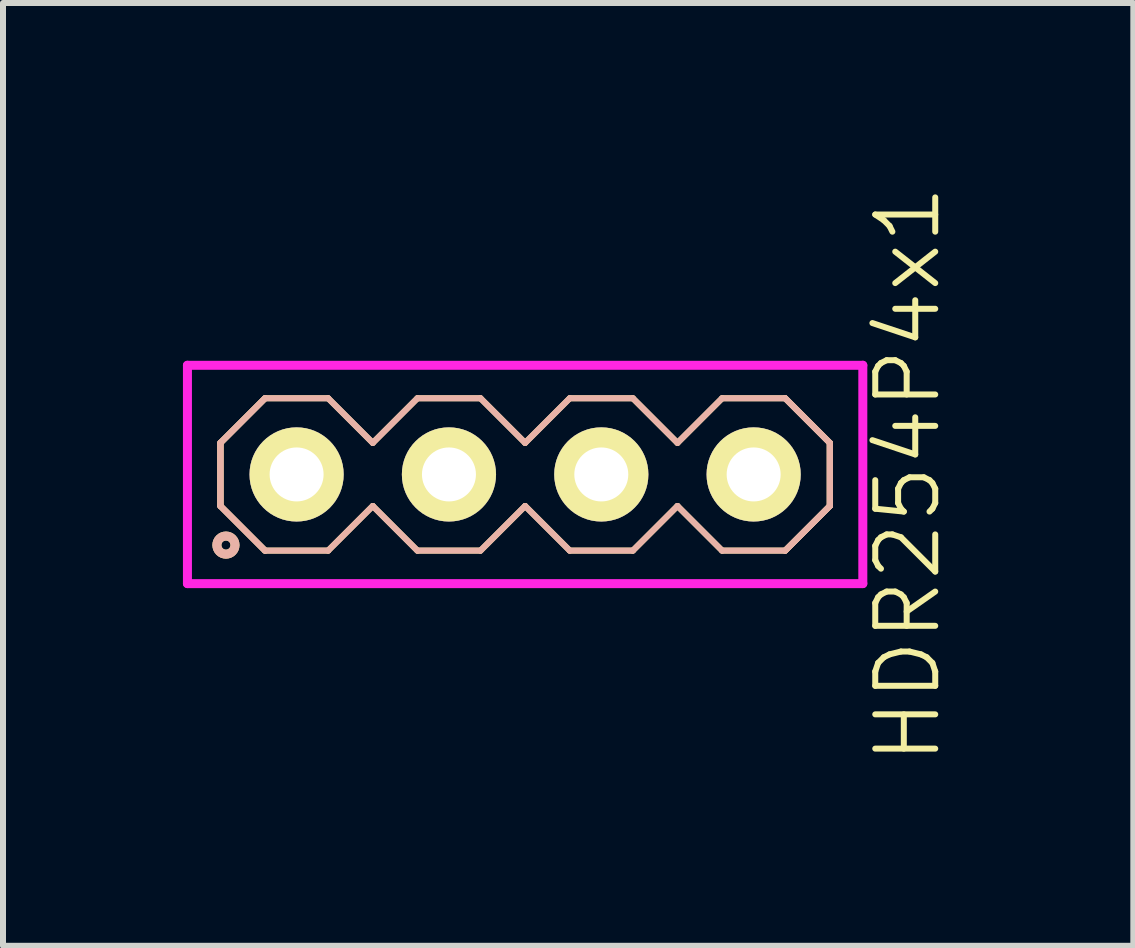
<source format=kicad_pcb>
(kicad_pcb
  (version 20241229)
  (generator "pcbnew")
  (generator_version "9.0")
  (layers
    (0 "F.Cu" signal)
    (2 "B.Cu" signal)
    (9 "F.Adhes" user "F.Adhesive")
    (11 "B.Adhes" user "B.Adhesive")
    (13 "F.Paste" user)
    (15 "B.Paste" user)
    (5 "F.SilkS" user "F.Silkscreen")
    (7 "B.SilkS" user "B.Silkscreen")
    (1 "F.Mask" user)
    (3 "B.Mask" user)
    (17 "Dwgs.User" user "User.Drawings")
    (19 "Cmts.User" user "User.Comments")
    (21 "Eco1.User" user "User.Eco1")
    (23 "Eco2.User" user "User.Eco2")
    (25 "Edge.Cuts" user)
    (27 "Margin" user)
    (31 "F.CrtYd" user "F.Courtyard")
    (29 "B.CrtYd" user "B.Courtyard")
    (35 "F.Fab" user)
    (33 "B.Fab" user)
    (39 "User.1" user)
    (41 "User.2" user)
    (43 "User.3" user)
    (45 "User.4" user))
  (footprint "HDR254P4x1"
    (layer "F.Cu")
    (at 5.705 4.86)
    (property "Reference" "HDR254P4x1" (at 6.38 0 90) (layer "F.SilkS") (effects (font (size 1 1) (thickness 0.1))))
    (attr through_hole)
    (fp_line (start -5.08 -0.526) (end -4.336 -1.27) (stroke (width 0.1) (type solid)) (layer "F.SilkS"))
    (fp_line (start -5.08 -0.526) (end -4.336 -1.27) (stroke (width 0.1) (type solid)) (layer "F.SilkS"))
    (fp_line (start -5.08 0.526) (end -5.08 -0.526) (stroke (width 0.1) (type solid)) (layer "F.SilkS"))
    (fp_line (start -5.08 0.526) (end -5.08 -0.526) (stroke (width 0.1) (type solid)) (layer "F.SilkS"))
    (fp_line (start -4.336 -1.27) (end -3.284 -1.27) (stroke (width 0.1) (type solid)) (layer "F.SilkS"))
    (fp_line (start -4.336 1.27) (end -5.08 0.526) (stroke (width 0.1) (type solid)) (layer "F.SilkS"))
    (fp_line (start -4.336 1.27) (end -5.08 0.526) (stroke (width 0.1) (type solid)) (layer "F.SilkS"))
    (fp_line (start -3.284 -1.27) (end -2.54 -0.526) (stroke (width 0.1) (type solid)) (layer "F.SilkS"))
    (fp_line (start -3.284 1.27) (end -4.336 1.27) (stroke (width 0.1) (type solid)) (layer "F.SilkS"))
    (fp_line (start -2.54 -0.526) (end -1.796 -1.27) (stroke (width 0.1) (type solid)) (layer "F.SilkS"))
    (fp_line (start -2.54 0.526) (end -3.284 1.27) (stroke (width 0.1) (type solid)) (layer "F.SilkS"))
    (fp_line (start -1.796 -1.27) (end -0.744 -1.27) (stroke (width 0.1) (type solid)) (layer "F.SilkS"))
    (fp_line (start -1.796 1.27) (end -2.54 0.526) (stroke (width 0.1) (type solid)) (layer "F.SilkS"))
    (fp_line (start -0.744 -1.27) (end 0 -0.526) (stroke (width 0.1) (type solid)) (layer "F.SilkS"))
    (fp_line (start -0.744 1.27) (end -1.796 1.27) (stroke (width 0.1) (type solid)) (layer "F.SilkS"))
    (fp_line (start 0 -0.526) (end 0.744 -1.27) (stroke (width 0.1) (type solid)) (layer "F.SilkS"))
    (fp_line (start 0 0.526) (end -0.744 1.27) (stroke (width 0.1) (type solid)) (layer "F.SilkS"))
    (fp_line (start 0.744 -1.27) (end 1.796 -1.27) (stroke (width 0.1) (type solid)) (layer "F.SilkS"))
    (fp_line (start 0.744 1.27) (end 0 0.526) (stroke (width 0.1) (type solid)) (layer "F.SilkS"))
    (fp_line (start 1.796 -1.27) (end 2.54 -0.526) (stroke (width 0.1) (type solid)) (layer "F.SilkS"))
    (fp_line (start 1.796 1.27) (end 0.744 1.27) (stroke (width 0.1) (type solid)) (layer "F.SilkS"))
    (fp_line (start 2.54 -0.526) (end 3.284 -1.27) (stroke (width 0.1) (type solid)) (layer "F.SilkS"))
    (fp_line (start 2.54 0.526) (end 1.796 1.27) (stroke (width 0.1) (type solid)) (layer "F.SilkS"))
    (fp_line (start 3.284 -1.27) (end 4.336 -1.27) (stroke (width 0.1) (type solid)) (layer "F.SilkS"))
    (fp_line (start 3.284 1.27) (end 2.54 0.526) (stroke (width 0.1) (type solid)) (layer "F.SilkS"))
    (fp_line (start 4.336 -1.27) (end 5.08 -0.526) (stroke (width 0.1) (type solid)) (layer "F.SilkS"))
    (fp_line (start 4.336 -1.27) (end 5.08 -0.526) (stroke (width 0.1) (type solid)) (layer "F.SilkS"))
    (fp_line (start 4.336 1.27) (end 3.284 1.27) (stroke (width 0.1) (type solid)) (layer "F.SilkS"))
    (fp_line (start 5.08 -0.526) (end 5.08 0.526) (stroke (width 0.1) (type solid)) (layer "F.SilkS"))
    (fp_line (start 5.08 -0.526) (end 5.08 0.526) (stroke (width 0.1) (type solid)) (layer "F.SilkS"))
    (fp_line (start 5.08 0.526) (end 4.336 1.27) (stroke (width 0.1) (type solid)) (layer "F.SilkS"))
    (fp_line (start 5.08 0.526) (end 4.336 1.27) (stroke (width 0.1) (type solid)) (layer "F.SilkS"))
    (fp_circle (center -4.988 1.178) (end -4.837 1.178) (stroke (width 0.15) (type solid)) (fill no) (layer "F.SilkS"))
    (fp_line (start -5.08 -0.526) (end -4.336 -1.27) (stroke (width 0.1) (type solid)) (layer "B.SilkS"))
    (fp_line (start -5.08 -0.526) (end -4.336 -1.27) (stroke (width 0.1) (type solid)) (layer "B.SilkS"))
    (fp_line (start -5.08 0.526) (end -5.08 -0.526) (stroke (width 0.1) (type solid)) (layer "B.SilkS"))
    (fp_line (start -5.08 0.526) (end -5.08 -0.526) (stroke (width 0.1) (type solid)) (layer "B.SilkS"))
    (fp_line (start -4.336 -1.27) (end -3.284 -1.27) (stroke (width 0.1) (type solid)) (layer "B.SilkS"))
    (fp_line (start -4.336 1.27) (end -5.08 0.526) (stroke (width 0.1) (type solid)) (layer "B.SilkS"))
    (fp_line (start -4.336 1.27) (end -5.08 0.526) (stroke (width 0.1) (type solid)) (layer "B.SilkS"))
    (fp_line (start -3.284 -1.27) (end -2.54 -0.526) (stroke (width 0.1) (type solid)) (layer "B.SilkS"))
    (fp_line (start -3.284 1.27) (end -4.336 1.27) (stroke (width 0.1) (type solid)) (layer "B.SilkS"))
    (fp_line (start -2.54 -0.526) (end -1.796 -1.27) (stroke (width 0.1) (type solid)) (layer "B.SilkS"))
    (fp_line (start -2.54 0.526) (end -3.284 1.27) (stroke (width 0.1) (type solid)) (layer "B.SilkS"))
    (fp_line (start -1.796 -1.27) (end -0.744 -1.27) (stroke (width 0.1) (type solid)) (layer "B.SilkS"))
    (fp_line (start -1.796 1.27) (end -2.54 0.526) (stroke (width 0.1) (type solid)) (layer "B.SilkS"))
    (fp_line (start -0.744 -1.27) (end 0 -0.526) (stroke (width 0.1) (type solid)) (layer "B.SilkS"))
    (fp_line (start -0.744 1.27) (end -1.796 1.27) (stroke (width 0.1) (type solid)) (layer "B.SilkS"))
    (fp_line (start 0 -0.526) (end 0.744 -1.27) (stroke (width 0.1) (type solid)) (layer "B.SilkS"))
    (fp_line (start 0 0.526) (end -0.744 1.27) (stroke (width 0.1) (type solid)) (layer "B.SilkS"))
    (fp_line (start 0.744 -1.27) (end 1.796 -1.27) (stroke (width 0.1) (type solid)) (layer "B.SilkS"))
    (fp_line (start 0.744 1.27) (end 0 0.526) (stroke (width 0.1) (type solid)) (layer "B.SilkS"))
    (fp_line (start 1.796 -1.27) (end 2.54 -0.526) (stroke (width 0.1) (type solid)) (layer "B.SilkS"))
    (fp_line (start 1.796 1.27) (end 0.744 1.27) (stroke (width 0.1) (type solid)) (layer "B.SilkS"))
    (fp_line (start 2.54 -0.526) (end 3.284 -1.27) (stroke (width 0.1) (type solid)) (layer "B.SilkS"))
    (fp_line (start 2.54 0.526) (end 1.796 1.27) (stroke (width 0.1) (type solid)) (layer "B.SilkS"))
    (fp_line (start 3.284 -1.27) (end 4.336 -1.27) (stroke (width 0.1) (type solid)) (layer "B.SilkS"))
    (fp_line (start 3.284 1.27) (end 2.54 0.526) (stroke (width 0.1) (type solid)) (layer "B.SilkS"))
    (fp_line (start 4.336 -1.27) (end 5.08 -0.526) (stroke (width 0.1) (type solid)) (layer "B.SilkS"))
    (fp_line (start 4.336 -1.27) (end 5.08 -0.526) (stroke (width 0.1) (type solid)) (layer "B.SilkS"))
    (fp_line (start 4.336 1.27) (end 3.284 1.27) (stroke (width 0.1) (type solid)) (layer "B.SilkS"))
    (fp_line (start 5.08 -0.526) (end 5.08 0.526) (stroke (width 0.1) (type solid)) (layer "B.SilkS"))
    (fp_line (start 5.08 -0.526) (end 5.08 0.526) (stroke (width 0.1) (type solid)) (layer "B.SilkS"))
    (fp_line (start 5.08 0.526) (end 4.336 1.27) (stroke (width 0.1) (type solid)) (layer "B.SilkS"))
    (fp_line (start 5.08 0.526) (end 4.336 1.27) (stroke (width 0.1) (type solid)) (layer "B.SilkS"))
    (fp_circle (center -4.988 1.178) (end -4.837 1.178) (stroke (width 0.15) (type solid)) (fill no) (layer "B.SilkS"))
    (fp_line (start -5.63 -1.82) (end -5.63 1.82) (stroke (width 0.15) (type solid)) (layer "F.CrtYd"))
    (fp_line (start -5.63 1.82) (end 5.63 1.82) (stroke (width 0.15) (type solid)) (layer "F.CrtYd"))
    (fp_line (start 5.63 -1.82) (end -5.63 -1.82) (stroke (width 0.15) (type solid)) (layer "F.CrtYd"))
    (fp_line (start 5.63 1.82) (end 5.63 -1.82) (stroke (width 0.15) (type solid)) (layer "F.CrtYd"))
    (pad "1" thru_hole oval (at -3.81 0) (size 1.57 1.57) (drill 0.9) (layers "*.Cu" "*.Mask" "F.SilkS"))
    (pad "2" thru_hole oval (at -1.27 0) (size 1.57 1.57) (drill 0.9) (layers "*.Cu" "*.Mask" "F.SilkS"))
    (pad "3" thru_hole oval (at 1.27 0) (size 1.57 1.57) (drill 0.9) (layers "*.Cu" "*.Mask" "F.SilkS"))
    (pad "4" thru_hole oval (at 3.81 0) (size 1.57 1.57) (drill 0.9) (layers "*.Cu" "*.Mask" "F.SilkS")))
  (gr_rect
    (start -3 -3)
    (end 15.845 12.719)
    (stroke (width 0.1) (type default))
    (fill no)
    (layer "Edge.Cuts")))
</source>
